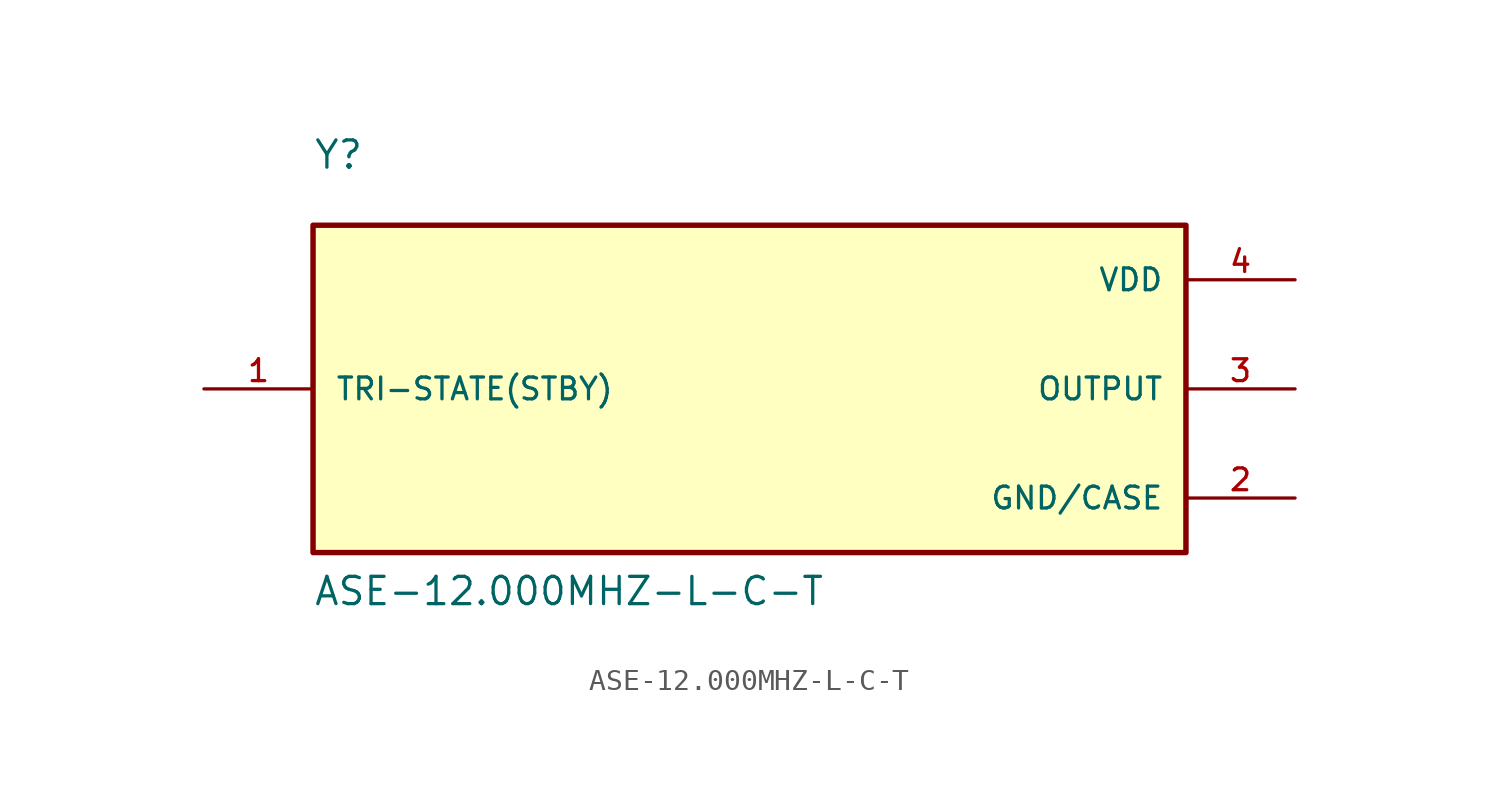
<source format=kicad_sym>
(kicad_symbol_lib
  (version 20211014)
  (generator kicad_symbol_editor)
  (symbol "ASE-12.000MHZ-L-C-T"
    (pin_names
      (offset 1.016))
    (property "Reference" "Y"
      (at -20.32 10.16 0)
      (effects (font (size 1.27 1.27)) (justify bottom left)))
    (property "Value" "ASE-12.000MHZ-L-C-T"
      (at -20.32 -10.16 0)
      (effects (font (size 1.27 1.27)) (justify bottom left)))
    (symbol "ASE-12.000MHZ-L-C-T_0_0"
      (rectangle (start -20.32 -7.62) (end 20.32 7.62) (stroke (width 0.254)) (fill (type background)))
      (pin power_in line (at 25.4 5.08 180.0) (length 5.08) (name "VDD" (effects (font (size 1.016 1.016)))) (number "4" (effects (font (size 1.016 1.016)))))
      (pin passive line (at -25.4 0.0 0) (length 5.08) (name "TRI-STATE(STBY)" (effects (font (size 1.016 1.016)))) (number "1" (effects (font (size 1.016 1.016)))))
      (pin power_in line (at 25.4 -5.08 180.0) (length 5.08) (name "GND/CASE" (effects (font (size 1.016 1.016)))) (number "2" (effects (font (size 1.016 1.016)))))
      (pin output line (at 25.4 0.0 180.0) (length 5.08) (name "OUTPUT" (effects (font (size 1.016 1.016)))) (number "3" (effects (font (size 1.016 1.016))))))))
</source>
